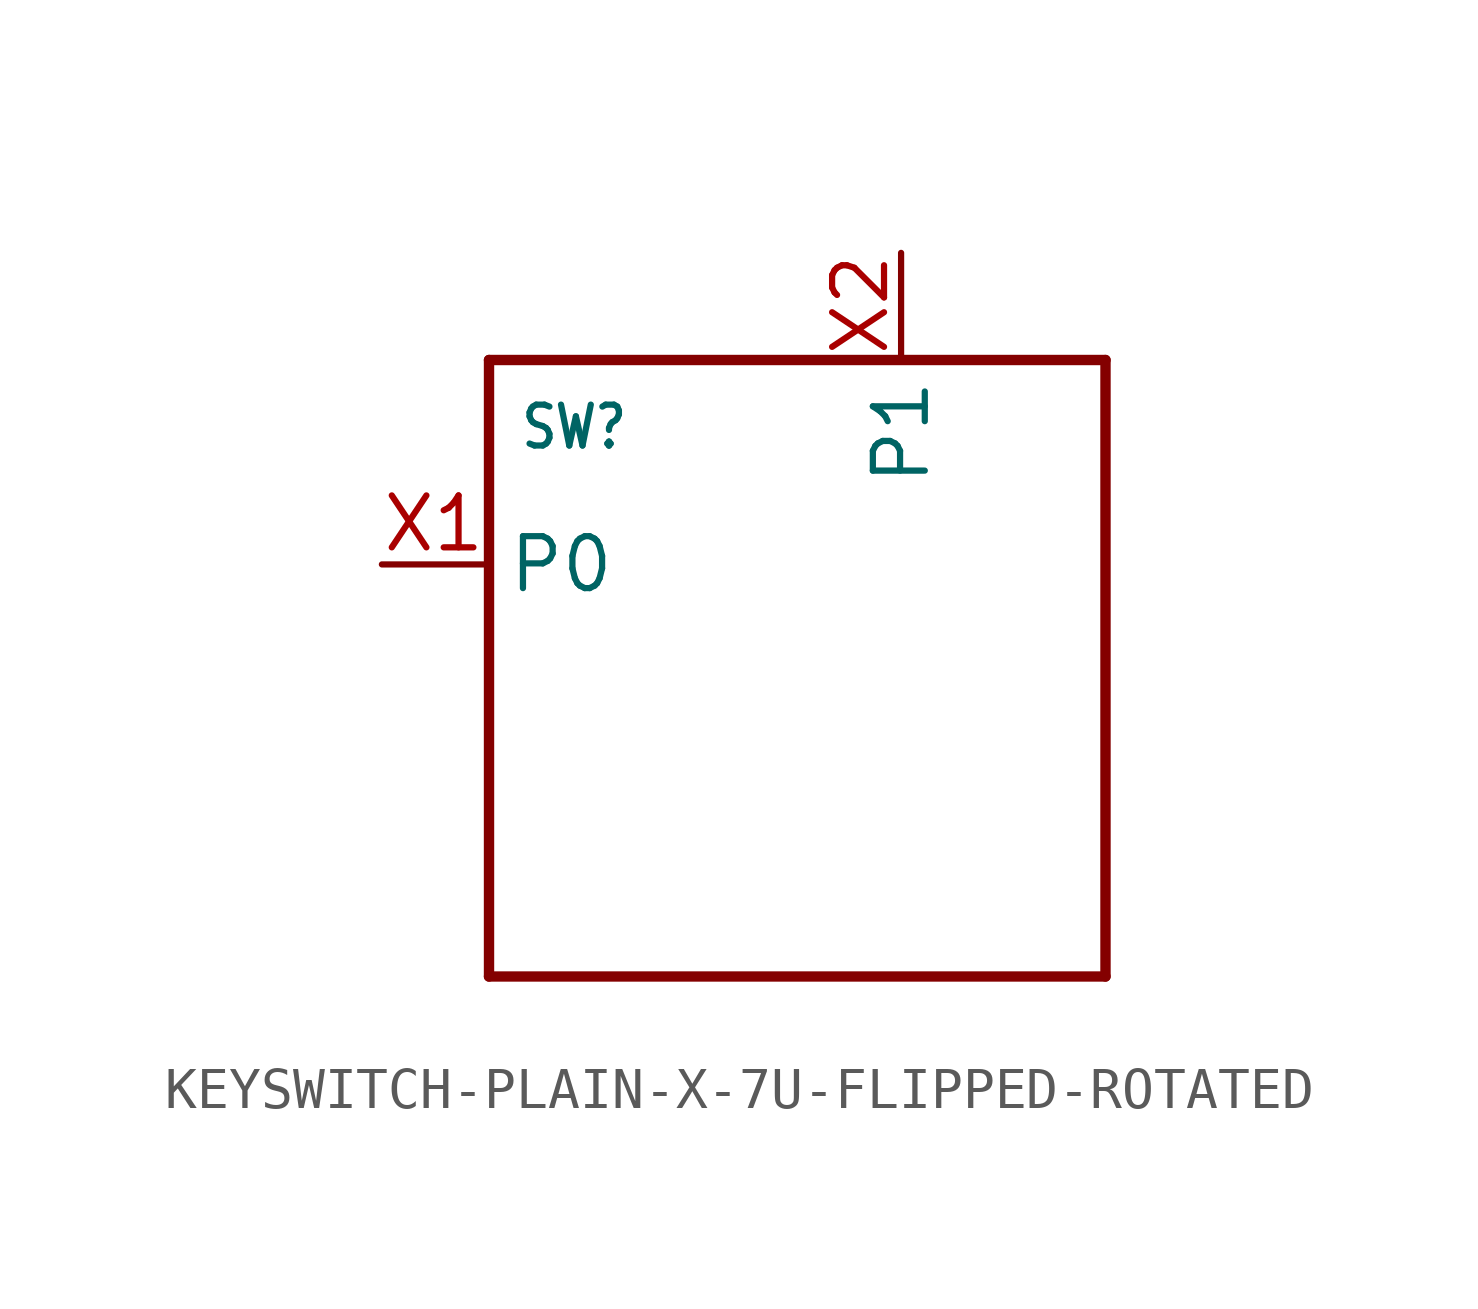
<source format=kicad_sym>
(kicad_symbol_lib
  (version 20211014)
  (generator kicad_symbol_editor)
  (symbol "KEYSWITCH-PLAIN-X-7U-FLIPPED-ROTATED"
    (property "Reference" "SW"
      (at -6.81 5.318 0)
      (effects (font (size 1 0.85)) (justify left bottom)))
    (property "ki_locked" ""
      (at 0 0 0)
      (effects (font (size 1.27 1.27))))
    (symbol "KEYSWITCH-PLAIN-X-7U-FLIPPED-ROTATED_1_0"
      (polyline (pts (xy -7.54 -7.54) (xy -7.54 7.54)) (stroke (width 0.254) (type default) (color 0 0 0 0)) (fill (type none)))
      (polyline (pts (xy -7.54 7.54) (xy 7.54 7.54)) (stroke (width 0.254) (type default) (color 0 0 0 0)) (fill (type none)))
      (polyline (pts (xy 7.54 -7.54) (xy -7.54 -7.54)) (stroke (width 0.254) (type default) (color 0 0 0 0)) (fill (type none)))
      (polyline (pts (xy 7.54 7.54) (xy 7.54 -7.54)) (stroke (width 0.254) (type default) (color 0 0 0 0)) (fill (type none)))
      (pin bidirectional line (at -10.16 2.54 0) (length 2.54) (name "P0" (effects (font (size 1.27 1.27)))) (number "X1" (effects (font (size 1.27 1.27)))))
      (pin bidirectional line (at 2.54 10.16 270) (length 2.54) (name "P1" (effects (font (size 1.27 1.27)))) (number "X2" (effects (font (size 1.27 1.27))))))))
</source>
